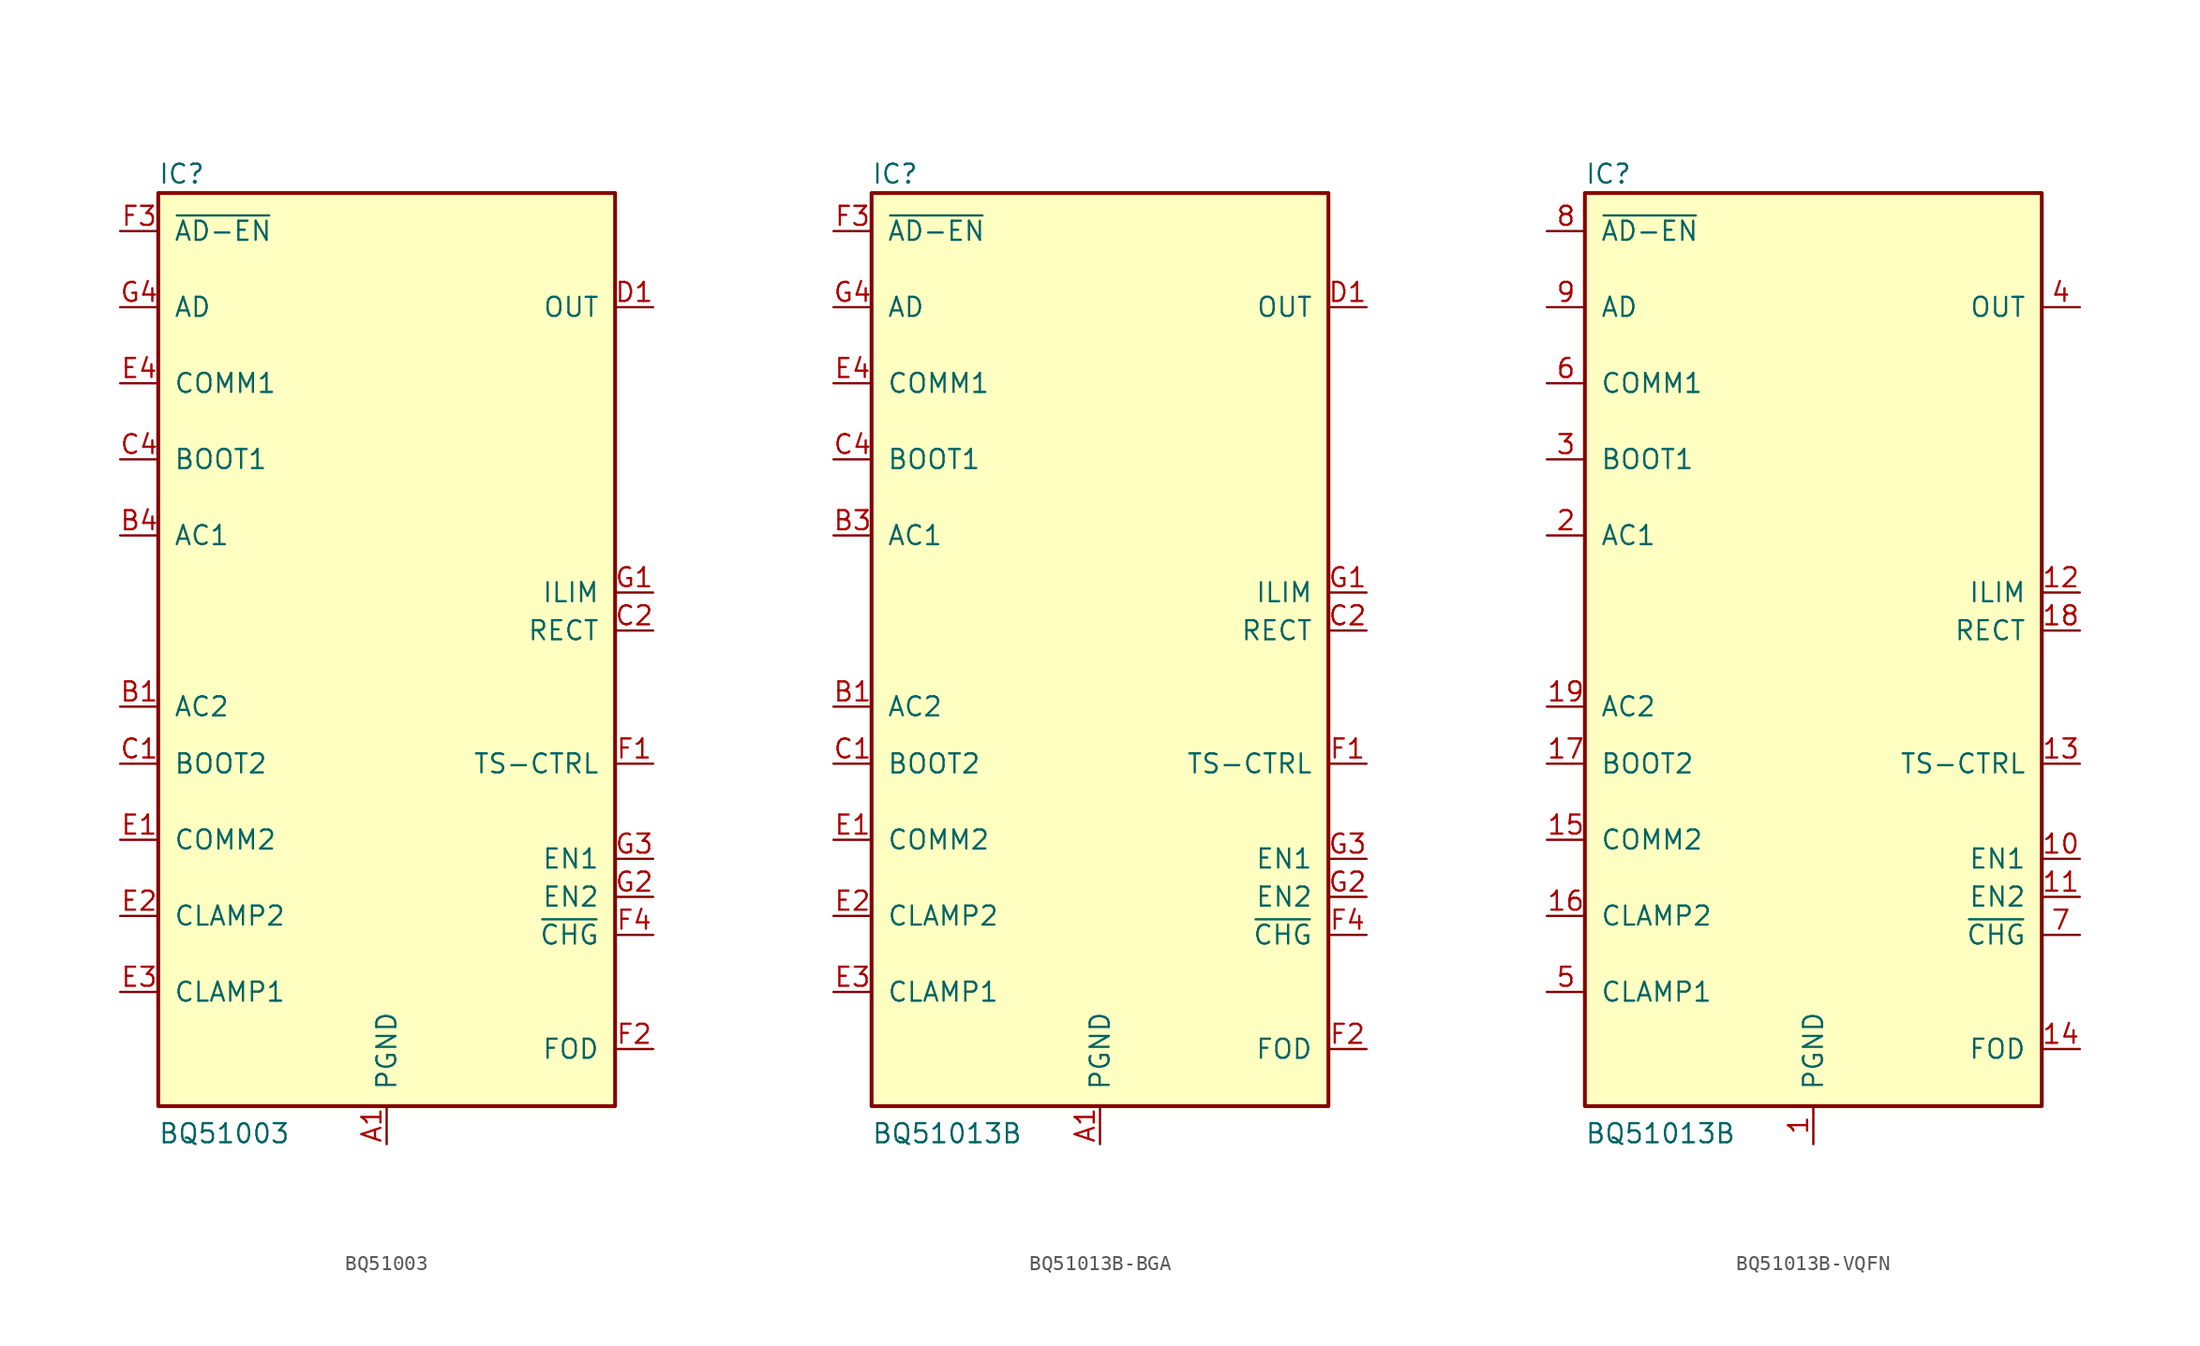
<source format=kicad_sym>
(kicad_symbol_lib
  (version 20231120)
  (generator "kicad_symbol_editor")
  (generator_version "8.0")
  (symbol "BQ51003"
    (pin_names
      (offset 1.016))
    (property "Reference" "IC"
      (at -15.254 31.008 0)
      (effects (font (size 1.27 1.27)) (justify left bottom)))
    (property "Value" "BQ51003"
      (at -15.26 -33.053 0)
      (effects (font (size 1.27 1.27)) (justify left bottom)))
    (symbol "BQ51003_0_0"
      (rectangle (start -15.24 30.48) (end 15.24 -30.48) (stroke (width 0.254) (type default)) (fill (type background)))
      (pin passive line (at 0 -33.02 90) (length 2.54) hide (name "PGND" (effects (font (size 1.27 1.27)))) (number "A2" (effects (font (size 1.27 1.27)))))
      (pin passive line (at 0 -33.02 90) (length 2.54) hide (name "PGND" (effects (font (size 1.27 1.27)))) (number "A3" (effects (font (size 1.27 1.27)))))
      (pin output line (at -17.78 -7.62 0) (length 2.54) (name "BOOT2" (effects (font (size 1.27 1.27)))) (number "C1" (effects (font (size 1.27 1.27)))))
      (pin output line (at -17.78 12.7 0) (length 2.54) (name "BOOT1" (effects (font (size 1.27 1.27)))) (number "C4" (effects (font (size 1.27 1.27)))))
      (pin output line (at -17.78 -12.7 0) (length 2.54) (name "COMM2" (effects (font (size 1.27 1.27)))) (number "E1" (effects (font (size 1.27 1.27)))))
      (pin output line (at -17.78 -17.78 0) (length 2.54) (name "CLAMP2" (effects (font (size 1.27 1.27)))) (number "E2" (effects (font (size 1.27 1.27)))))
      (pin output line (at -17.78 -22.86 0) (length 2.54) (name "CLAMP1" (effects (font (size 1.27 1.27)))) (number "E3" (effects (font (size 1.27 1.27)))))
      (pin output line (at -17.78 17.78 0) (length 2.54) (name "COMM1" (effects (font (size 1.27 1.27)))) (number "E4" (effects (font (size 1.27 1.27)))))
      (pin input line (at 17.78 -7.62 180) (length 2.54) (name "TS-CTRL" (effects (font (size 1.27 1.27)))) (number "F1" (effects (font (size 1.27 1.27)))))
      (pin input line (at 17.78 -26.67 180) (length 2.54) (name "FOD" (effects (font (size 1.27 1.27)))) (number "F2" (effects (font (size 1.27 1.27)))))
      (pin output line (at 17.78 -19.05 180) (length 2.54) (name "~{CHG}" (effects (font (size 1.27 1.27)))) (number "F4" (effects (font (size 1.27 1.27)))))
      (pin bidirectional line (at 17.78 3.81 180) (length 2.54) (name "ILIM" (effects (font (size 1.27 1.27)))) (number "G1" (effects (font (size 1.27 1.27)))))
      (pin input line (at 17.78 -16.51 180) (length 2.54) (name "EN2" (effects (font (size 1.27 1.27)))) (number "G2" (effects (font (size 1.27 1.27)))))
      (pin input line (at 17.78 -13.97 180) (length 2.54) (name "EN1" (effects (font (size 1.27 1.27)))) (number "G3" (effects (font (size 1.27 1.27)))))
      (pin input line (at -17.78 22.86 0) (length 2.54) (name "AD" (effects (font (size 1.27 1.27)))) (number "G4" (effects (font (size 1.27 1.27))))))
    (symbol "BQ51003_1_0"
      (pin passive line (at 0 -33.02 90) (length 2.54) (name "PGND" (effects (font (size 1.27 1.27)))) (number "A1" (effects (font (size 1.27 1.27)))))
      (pin passive line (at 0 -33.02 90) (length 2.54) hide (name "PGND" (effects (font (size 1.27 1.27)))) (number "A4" (effects (font (size 1.27 1.27)))))
      (pin input line (at -17.78 -3.81 0) (length 2.54) (name "AC2" (effects (font (size 1.27 1.27)))) (number "B1" (effects (font (size 1.27 1.27)))))
      (pin input line (at -17.78 -3.81 0) (length 2.54) hide (name "AC2" (effects (font (size 1.27 1.27)))) (number "B2" (effects (font (size 1.27 1.27)))))
      (pin input line (at -17.78 7.62 0) (length 2.54) hide (name "AC1" (effects (font (size 1.27 1.27)))) (number "B3" (effects (font (size 1.27 1.27)))))
      (pin input line (at -17.78 7.62 0) (length 2.54) (name "AC1" (effects (font (size 1.27 1.27)))) (number "B4" (effects (font (size 1.27 1.27)))))
      (pin output line (at 17.78 1.27 180) (length 2.54) (name "RECT" (effects (font (size 1.27 1.27)))) (number "C2" (effects (font (size 1.27 1.27)))))
      (pin output line (at 17.78 1.27 180) (length 2.54) hide (name "RECT" (effects (font (size 1.27 1.27)))) (number "C3" (effects (font (size 1.27 1.27)))))
      (pin power_out line (at 17.78 22.86 180) (length 2.54) (name "OUT" (effects (font (size 1.27 1.27)))) (number "D1" (effects (font (size 1.27 1.27)))))
      (pin power_out line (at 17.78 22.86 180) (length 2.54) hide (name "OUT" (effects (font (size 1.27 1.27)))) (number "D2" (effects (font (size 1.27 1.27)))))
      (pin power_out line (at 17.78 22.86 180) (length 2.54) hide (name "OUT" (effects (font (size 1.27 1.27)))) (number "D3" (effects (font (size 1.27 1.27)))))
      (pin power_out line (at 17.78 22.86 180) (length 2.54) hide (name "OUT" (effects (font (size 1.27 1.27)))) (number "D4" (effects (font (size 1.27 1.27)))))
      (pin output line (at -17.78 27.94 0) (length 2.54) (name "~{AD-EN}" (effects (font (size 1.27 1.27)))) (number "F3" (effects (font (size 1.27 1.27)))))))
  (symbol "BQ51013B-BGA"
    (pin_names
      (offset 1.016))
    (property "Reference" "IC"
      (at -15.254 31.008 0)
      (effects (font (size 1.27 1.27)) (justify left bottom)))
    (property "Value" "BQ51013B"
      (at -15.26 -33.053 0)
      (effects (font (size 1.27 1.27)) (justify left bottom)))
    (symbol "BQ51013B-BGA_0_0"
      (rectangle (start -15.24 30.48) (end 15.24 -30.48) (stroke (width 0.254) (type default)) (fill (type background))))
    (symbol "BQ51013B-BGA_1_0"
      (pin passive line (at 0 -33.02 90) (length 2.54) (name "PGND" (effects (font (size 1.27 1.27)))) (number "A1" (effects (font (size 1.27 1.27)))))
      (pin passive line (at 0 -33.02 90) (length 2.54) hide (name "PAD" (effects (font (size 1.27 1.27)))) (number "A2" (effects (font (size 1.27 1.27)))))
      (pin passive line (at 0 -33.02 90) (length 2.54) hide (name "PGND" (effects (font (size 1.27 1.27)))) (number "A3" (effects (font (size 1.27 1.27)))))
      (pin passive line (at 0 -33.02 90) (length 2.54) hide (name "PGND" (effects (font (size 1.27 1.27)))) (number "A4" (effects (font (size 1.27 1.27)))))
      (pin input line (at -17.78 -3.81 0) (length 2.54) (name "AC2" (effects (font (size 1.27 1.27)))) (number "B1" (effects (font (size 1.27 1.27)))))
      (pin input line (at -17.78 -3.81 0) (length 2.54) hide (name "AC2" (effects (font (size 1.27 1.27)))) (number "B2" (effects (font (size 1.27 1.27)))))
      (pin input line (at -17.78 7.62 0) (length 2.54) (name "AC1" (effects (font (size 1.27 1.27)))) (number "B3" (effects (font (size 1.27 1.27)))))
      (pin input line (at -17.78 7.62 0) (length 2.54) hide (name "AC1" (effects (font (size 1.27 1.27)))) (number "B4" (effects (font (size 1.27 1.27)))))
      (pin output line (at -17.78 -7.62 0) (length 2.54) (name "BOOT2" (effects (font (size 1.27 1.27)))) (number "C1" (effects (font (size 1.27 1.27)))))
      (pin output line (at 17.78 1.27 180) (length 2.54) (name "RECT" (effects (font (size 1.27 1.27)))) (number "C2" (effects (font (size 1.27 1.27)))))
      (pin output line (at 17.78 1.27 180) (length 2.54) hide (name "RECT" (effects (font (size 1.27 1.27)))) (number "C3" (effects (font (size 1.27 1.27)))))
      (pin output line (at -17.78 12.7 0) (length 2.54) (name "BOOT1" (effects (font (size 1.27 1.27)))) (number "C4" (effects (font (size 1.27 1.27)))))
      (pin power_out line (at 17.78 22.86 180) (length 2.54) (name "OUT" (effects (font (size 1.27 1.27)))) (number "D1" (effects (font (size 1.27 1.27)))))
      (pin power_out line (at 17.78 22.86 180) (length 2.54) hide (name "OUT" (effects (font (size 1.27 1.27)))) (number "D2" (effects (font (size 1.27 1.27)))))
      (pin power_out line (at 17.78 22.86 180) (length 2.54) hide (name "OUT" (effects (font (size 1.27 1.27)))) (number "D3" (effects (font (size 1.27 1.27)))))
      (pin power_out line (at 17.78 22.86 180) (length 2.54) hide (name "OUT" (effects (font (size 1.27 1.27)))) (number "D4" (effects (font (size 1.27 1.27)))))
      (pin output line (at -17.78 -12.7 0) (length 2.54) (name "COMM2" (effects (font (size 1.27 1.27)))) (number "E1" (effects (font (size 1.27 1.27)))))
      (pin output line (at -17.78 -17.78 0) (length 2.54) (name "CLAMP2" (effects (font (size 1.27 1.27)))) (number "E2" (effects (font (size 1.27 1.27)))))
      (pin output line (at -17.78 -22.86 0) (length 2.54) (name "CLAMP1" (effects (font (size 1.27 1.27)))) (number "E3" (effects (font (size 1.27 1.27)))))
      (pin output line (at -17.78 17.78 0) (length 2.54) (name "COMM1" (effects (font (size 1.27 1.27)))) (number "E4" (effects (font (size 1.27 1.27)))))
      (pin input line (at 17.78 -7.62 180) (length 2.54) (name "TS-CTRL" (effects (font (size 1.27 1.27)))) (number "F1" (effects (font (size 1.27 1.27)))))
      (pin input line (at 17.78 -26.67 180) (length 2.54) (name "FOD" (effects (font (size 1.27 1.27)))) (number "F2" (effects (font (size 1.27 1.27)))))
      (pin output line (at -17.78 27.94 0) (length 2.54) (name "~{AD-EN}" (effects (font (size 1.27 1.27)))) (number "F3" (effects (font (size 1.27 1.27)))))
      (pin output line (at 17.78 -19.05 180) (length 2.54) (name "~{CHG}" (effects (font (size 1.27 1.27)))) (number "F4" (effects (font (size 1.27 1.27)))))
      (pin bidirectional line (at 17.78 3.81 180) (length 2.54) (name "ILIM" (effects (font (size 1.27 1.27)))) (number "G1" (effects (font (size 1.27 1.27)))))
      (pin input line (at 17.78 -16.51 180) (length 2.54) (name "EN2" (effects (font (size 1.27 1.27)))) (number "G2" (effects (font (size 1.27 1.27)))))
      (pin input line (at 17.78 -13.97 180) (length 2.54) (name "EN1" (effects (font (size 1.27 1.27)))) (number "G3" (effects (font (size 1.27 1.27)))))
      (pin input line (at -17.78 22.86 0) (length 2.54) (name "AD" (effects (font (size 1.27 1.27)))) (number "G4" (effects (font (size 1.27 1.27)))))))
  (symbol "BQ51013B-VQFN"
    (pin_names
      (offset 1.016))
    (property "Reference" "IC"
      (at -15.254 31.008 0)
      (effects (font (size 1.27 1.27)) (justify left bottom)))
    (property "Value" "BQ51013B"
      (at -15.26 -33.053 0)
      (effects (font (size 1.27 1.27)) (justify left bottom)))
    (symbol "BQ51013B-VQFN_0_0"
      (rectangle (start -15.24 30.48) (end 15.24 -30.48) (stroke (width 0.254) (type default)) (fill (type background))))
    (symbol "BQ51013B-VQFN_1_0"
      (pin passive line (at 0 -33.02 90) (length 2.54) (name "PGND" (effects (font (size 1.27 1.27)))) (number "1" (effects (font (size 1.27 1.27)))))
      (pin input line (at 17.78 -13.97 180) (length 2.54) (name "EN1" (effects (font (size 1.27 1.27)))) (number "10" (effects (font (size 1.27 1.27)))))
      (pin input line (at 17.78 -16.51 180) (length 2.54) (name "EN2" (effects (font (size 1.27 1.27)))) (number "11" (effects (font (size 1.27 1.27)))))
      (pin bidirectional line (at 17.78 3.81 180) (length 2.54) (name "ILIM" (effects (font (size 1.27 1.27)))) (number "12" (effects (font (size 1.27 1.27)))))
      (pin input line (at 17.78 -7.62 180) (length 2.54) (name "TS-CTRL" (effects (font (size 1.27 1.27)))) (number "13" (effects (font (size 1.27 1.27)))))
      (pin input line (at 17.78 -26.67 180) (length 2.54) (name "FOD" (effects (font (size 1.27 1.27)))) (number "14" (effects (font (size 1.27 1.27)))))
      (pin output line (at -17.78 -12.7 0) (length 2.54) (name "COMM2" (effects (font (size 1.27 1.27)))) (number "15" (effects (font (size 1.27 1.27)))))
      (pin output line (at -17.78 -17.78 0) (length 2.54) (name "CLAMP2" (effects (font (size 1.27 1.27)))) (number "16" (effects (font (size 1.27 1.27)))))
      (pin output line (at -17.78 -7.62 0) (length 2.54) (name "BOOT2" (effects (font (size 1.27 1.27)))) (number "17" (effects (font (size 1.27 1.27)))))
      (pin output line (at 17.78 1.27 180) (length 2.54) (name "RECT" (effects (font (size 1.27 1.27)))) (number "18" (effects (font (size 1.27 1.27)))))
      (pin input line (at -17.78 -3.81 0) (length 2.54) (name "AC2" (effects (font (size 1.27 1.27)))) (number "19" (effects (font (size 1.27 1.27)))))
      (pin input line (at -17.78 7.62 0) (length 2.54) (name "AC1" (effects (font (size 1.27 1.27)))) (number "2" (effects (font (size 1.27 1.27)))))
      (pin passive line (at 0 -33.02 90) (length 2.54) hide (name "PGND" (effects (font (size 1.27 1.27)))) (number "20" (effects (font (size 1.27 1.27)))))
      (pin passive line (at 0 -33.02 90) (length 2.54) hide (name "PAD" (effects (font (size 1.27 1.27)))) (number "21" (effects (font (size 1.27 1.27)))))
      (pin output line (at -17.78 12.7 0) (length 2.54) (name "BOOT1" (effects (font (size 1.27 1.27)))) (number "3" (effects (font (size 1.27 1.27)))))
      (pin power_out line (at 17.78 22.86 180) (length 2.54) (name "OUT" (effects (font (size 1.27 1.27)))) (number "4" (effects (font (size 1.27 1.27)))))
      (pin output line (at -17.78 -22.86 0) (length 2.54) (name "CLAMP1" (effects (font (size 1.27 1.27)))) (number "5" (effects (font (size 1.27 1.27)))))
      (pin output line (at -17.78 17.78 0) (length 2.54) (name "COMM1" (effects (font (size 1.27 1.27)))) (number "6" (effects (font (size 1.27 1.27)))))
      (pin output line (at 17.78 -19.05 180) (length 2.54) (name "~{CHG}" (effects (font (size 1.27 1.27)))) (number "7" (effects (font (size 1.27 1.27)))))
      (pin output line (at -17.78 27.94 0) (length 2.54) (name "~{AD-EN}" (effects (font (size 1.27 1.27)))) (number "8" (effects (font (size 1.27 1.27)))))
      (pin input line (at -17.78 22.86 0) (length 2.54) (name "AD" (effects (font (size 1.27 1.27)))) (number "9" (effects (font (size 1.27 1.27))))))))
</source>
